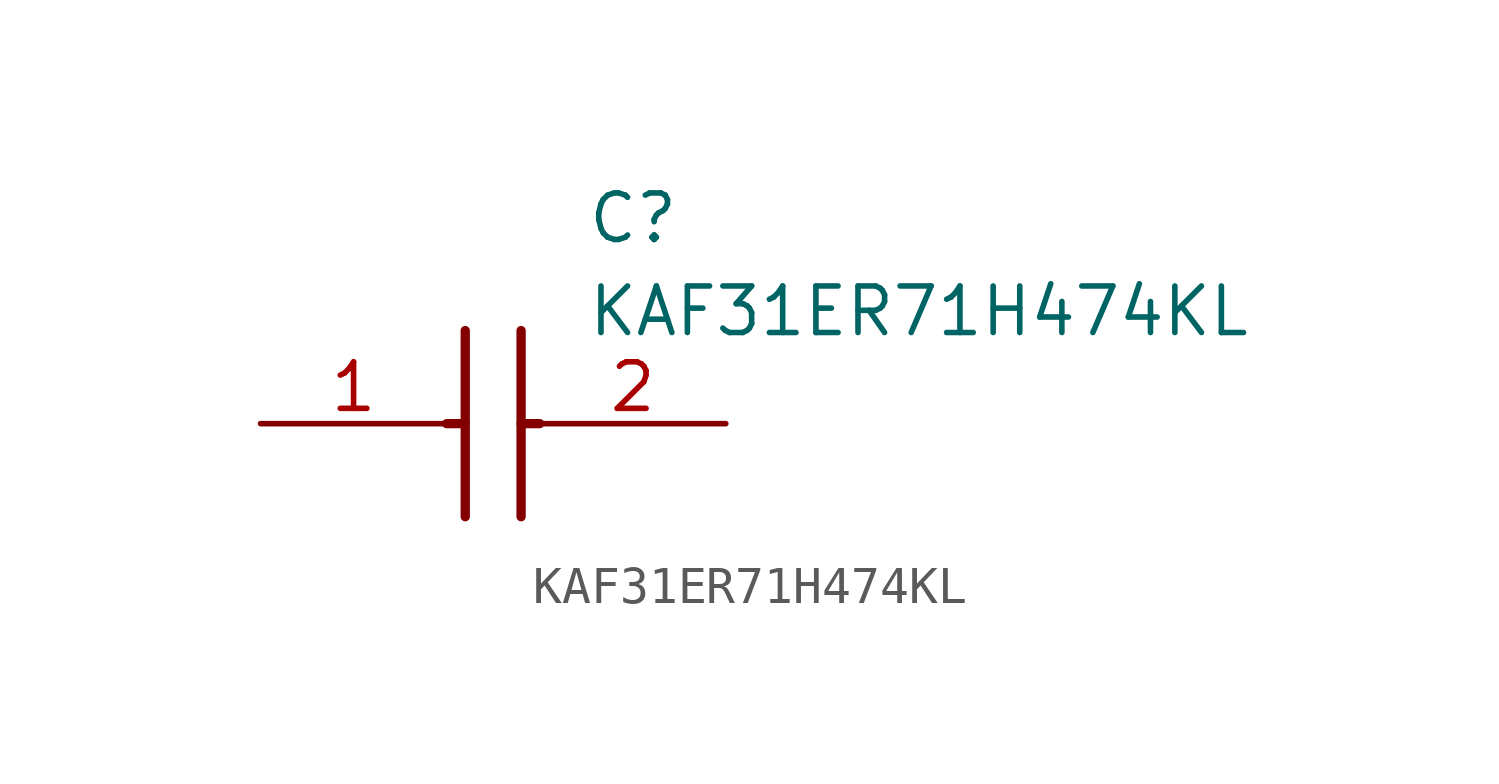
<source format=kicad_sym>
(kicad_symbol_lib
  (version 20211014)
  (generator SamacSys_ECAD_Model)
  (symbol "KAF31ER71H474KL"
    (pin_names hide)
    (property "Reference" "C"
      (at 8.89 6.35 0)
      (effects (font (size 1.27 1.27)) (justify left top)))
    (property "Value" "KAF31ER71H474KL"
      (at 8.89 3.81 0)
      (effects (font (size 1.27 1.27)) (justify left top)))
    (polyline
      (pts (xy 5.588 2.54) (xy 5.588 -2.54))
      (stroke (width 0.254) (type default))
      (fill (type none)))
    (polyline
      (pts (xy 7.112 2.54) (xy 7.112 -2.54))
      (stroke (width 0.254) (type default))
      (fill (type none)))
    (polyline
      (pts (xy 5.08 0) (xy 5.588 0))
      (stroke (width 0.254) (type default))
      (fill (type none)))
    (polyline
      (pts (xy 7.112 0) (xy 7.62 0))
      (stroke (width 0.254) (type default))
      (fill (type none)))
    (pin passive line
      (at 0 0 0)
      (length 5.08)
      (name "1" (effects (font (size 1.27 1.27))))
      (number "1" (effects (font (size 1.27 1.27)))))
    (pin passive line
      (at 12.7 0 180)
      (length 5.08)
      (name "2" (effects (font (size 1.27 1.27))))
      (number "2" (effects (font (size 1.27 1.27)))))))
</source>
